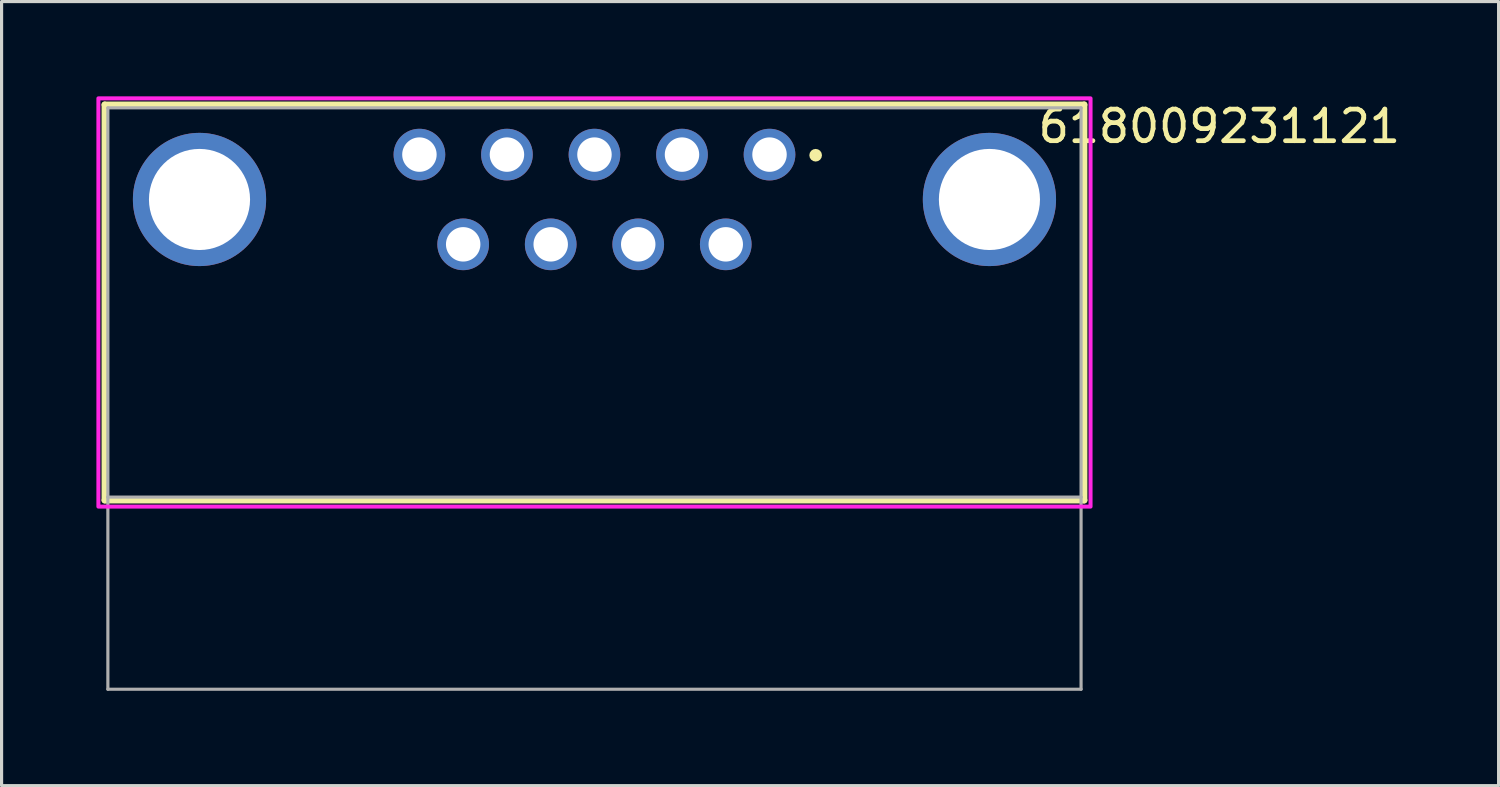
<source format=kicad_pcb>
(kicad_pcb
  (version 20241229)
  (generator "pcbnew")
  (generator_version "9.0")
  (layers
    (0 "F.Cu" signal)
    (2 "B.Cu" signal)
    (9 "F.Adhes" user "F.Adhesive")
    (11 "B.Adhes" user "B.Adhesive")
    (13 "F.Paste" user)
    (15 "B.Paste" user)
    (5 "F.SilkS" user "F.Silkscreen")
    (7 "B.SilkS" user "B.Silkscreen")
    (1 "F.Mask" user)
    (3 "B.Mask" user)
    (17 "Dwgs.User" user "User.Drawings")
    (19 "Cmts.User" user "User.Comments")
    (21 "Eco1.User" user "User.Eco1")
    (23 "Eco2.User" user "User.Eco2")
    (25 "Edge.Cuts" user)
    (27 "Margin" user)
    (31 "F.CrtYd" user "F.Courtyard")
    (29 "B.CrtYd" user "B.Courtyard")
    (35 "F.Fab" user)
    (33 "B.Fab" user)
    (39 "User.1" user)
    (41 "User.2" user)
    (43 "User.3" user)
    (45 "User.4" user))
  (footprint "618009231121"
    (layer "F.Cu")
    (at 15.764 9.563)
    (property "Reference" "618009231121" (at 19.775 -8.615 0) (layer "F.SilkS") (effects (font (size 1 1) (thickness 0.15))))
    (attr through_hole)
    (fp_line (start -15.5 -9.3) (end 15.5 -9.3) (stroke (width 0.2) (type solid)) (layer "F.SilkS"))
    (fp_line (start -15.5 3.22) (end -15.5 -9.3) (stroke (width 0.2) (type solid)) (layer "F.SilkS"))
    (fp_line (start 15.5 -9.3) (end 15.5 3.22) (stroke (width 0.2) (type solid)) (layer "F.SilkS"))
    (fp_line (start 15.5 3.22) (end -15.5 3.22) (stroke (width 0.2) (type solid)) (layer "F.SilkS"))
    (fp_circle (center 7 -7.7) (end 7.1 -7.7) (stroke (width 0.2) (type solid)) (fill no) (layer "F.SilkS"))
    (fp_poly (pts (xy -15.7 -9.5) (xy 15.7 -9.5) (xy 15.7 3.42) (xy -15.7 3.42)) (stroke (width 0.127) (type solid)) (fill no) (layer "F.CrtYd"))
    (fp_line (start -15.4 -9.2) (end 15.4 -9.2) (stroke (width 0.1) (type solid)) (layer "F.Fab"))
    (fp_line (start -15.4 3.12) (end -15.4 -9.2) (stroke (width 0.1) (type solid)) (layer "F.Fab"))
    (fp_line (start -15.4 9.2) (end -15.4 3.12) (stroke (width 0.1) (type solid)) (layer "F.Fab"))
    (fp_line (start 15.4 -9.2) (end 15.4 3.12) (stroke (width 0.1) (type solid)) (layer "F.Fab"))
    (fp_line (start 15.4 3.12) (end -15.4 3.12) (stroke (width 0.1) (type solid)) (layer "F.Fab"))
    (fp_line (start 15.4 3.12) (end 15.4 9.2) (stroke (width 0.1) (type solid)) (layer "F.Fab"))
    (fp_line (start 15.4 9.2) (end -15.4 9.2) (stroke (width 0.1) (type solid)) (layer "F.Fab"))
    (pad "1" thru_hole circle (at 5.54 -7.72) (size 1.635 1.635) (drill 1.09) (layers "*.Cu" "*.Mask"))
    (pad "2" thru_hole circle (at 2.77 -7.72) (size 1.635 1.635) (drill 1.09) (layers "*.Cu" "*.Mask"))
    (pad "3" thru_hole circle (at 0 -7.72) (size 1.635 1.635) (drill 1.09) (layers "*.Cu" "*.Mask"))
    (pad "4" thru_hole circle (at -2.77 -7.72) (size 1.635 1.635) (drill 1.09) (layers "*.Cu" "*.Mask"))
    (pad "5" thru_hole circle (at -5.54 -7.72) (size 1.635 1.635) (drill 1.09) (layers "*.Cu" "*.Mask"))
    (pad "6" thru_hole circle (at 4.155 -4.88) (size 1.635 1.635) (drill 1.09) (layers "*.Cu" "*.Mask"))
    (pad "7" thru_hole circle (at 1.385 -4.88) (size 1.635 1.635) (drill 1.09) (layers "*.Cu" "*.Mask"))
    (pad "8" thru_hole circle (at -1.385 -4.88) (size 1.635 1.635) (drill 1.09) (layers "*.Cu" "*.Mask"))
    (pad "9" thru_hole circle (at -4.155 -4.88) (size 1.635 1.635) (drill 1.09) (layers "*.Cu" "*.Mask"))
    (pad "S1" thru_hole circle (at -12.5 -6.3) (size 4.216 4.216) (drill 3.2) (layers "*.Cu" "*.Mask"))
    (pad "S2" thru_hole circle (at 12.5 -6.3) (size 4.216 4.216) (drill 3.2) (layers "*.Cu" "*.Mask")))
  (gr_rect
    (start -3 -3)
    (end 44.378 21.814)
    (stroke (width 0.1) (type default))
    (fill no)
    (layer "Edge.Cuts")))
</source>
